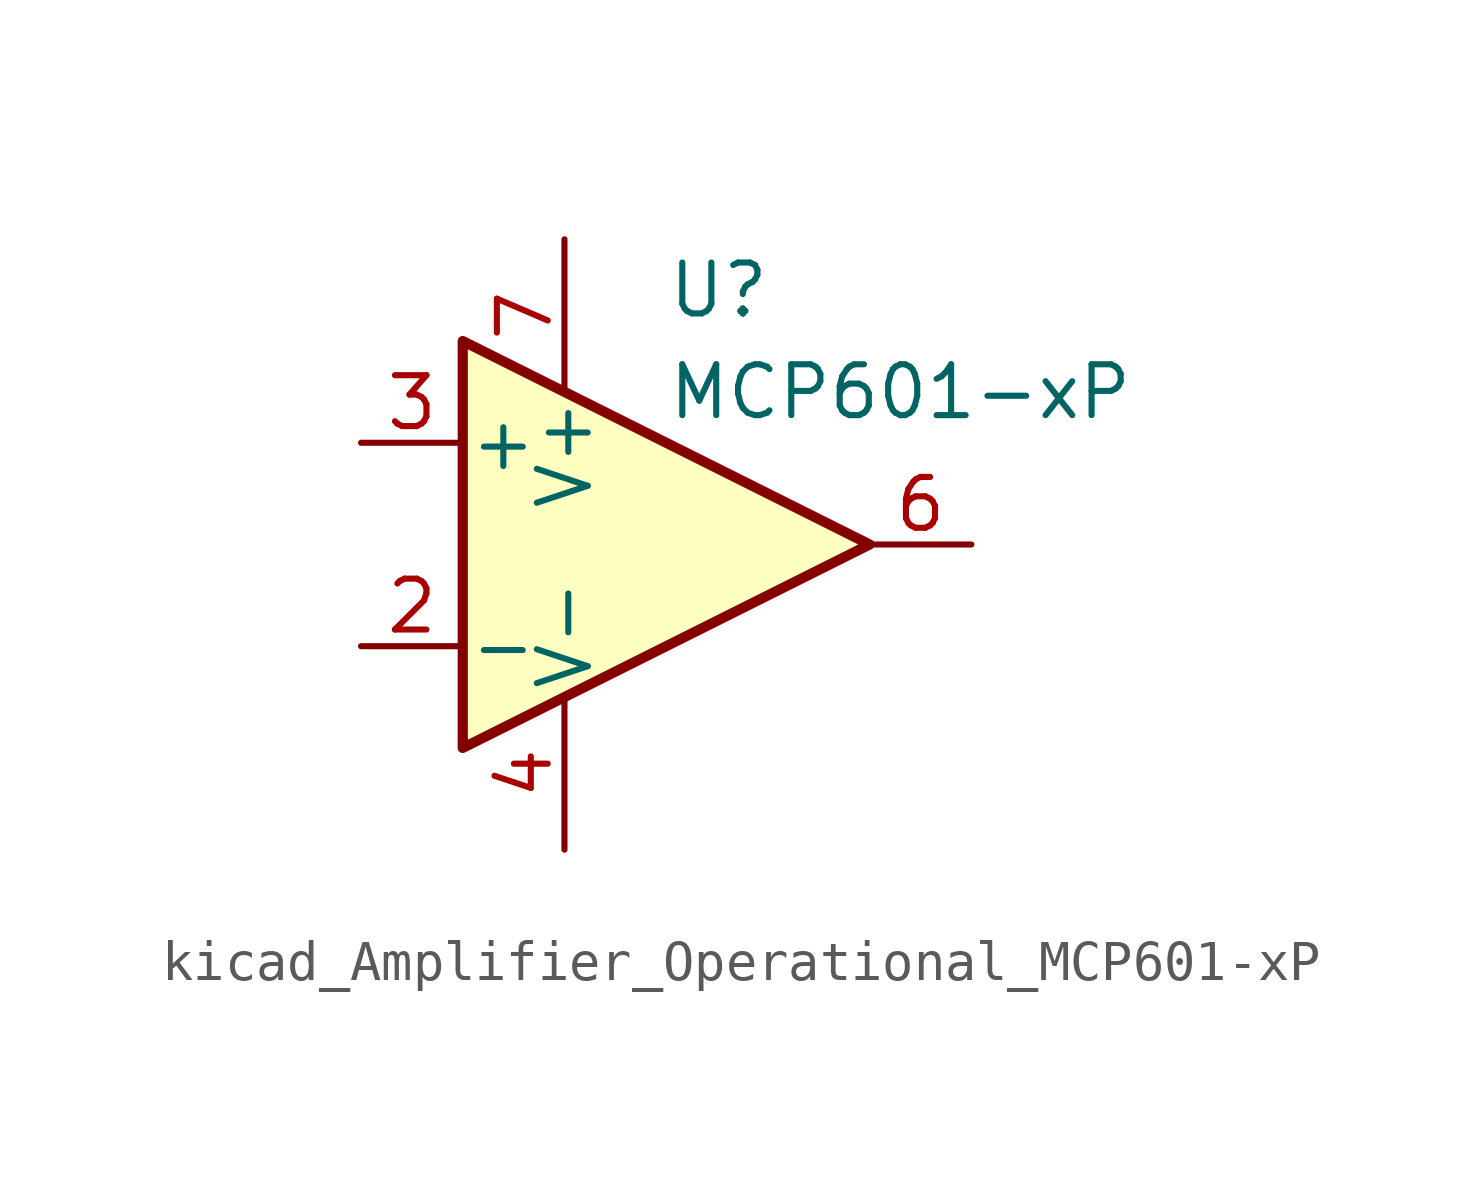
<source format=kicad_sym>
(kicad_symbol_lib
  (version 20220914)
  (generator kicad_symbol_editor)
  (symbol "kicad_Amplifier_Operational_MCP601-xP"
    (pin_names
      (offset 0.127))
    (property "Reference" "U"
      (at 0 6.35 0)
      (effects (font (size 1.27 1.27)) (justify left)))
    (property "Value" "MCP601-xP"
      (at 0 3.81 0)
      (effects (font (size 1.27 1.27)) (justify left)))
    (symbol "kicad_Amplifier_Operational_MCP601-xP_0_1"
      (polyline (pts (xy -5.08 5.08) (xy 5.08 0) (xy -5.08 -5.08) (xy -5.08 5.08)) (stroke (width 0.254) (type default)) (fill (type background))))
    (symbol "kicad_Amplifier_Operational_MCP601-xP_1_1"
      (pin no_connect line (at -5.08 -2.54 90) (length 2.54) hide (name "NC" (effects (font (size 1.27 1.27)))) (number "1" (effects (font (size 1.27 1.27)))))
      (pin input line (at -7.62 -2.54 0) (length 2.54) (name "-" (effects (font (size 1.27 1.27)))) (number "2" (effects (font (size 1.27 1.27)))))
      (pin input line (at -7.62 2.54 0) (length 2.54) (name "+" (effects (font (size 1.27 1.27)))) (number "3" (effects (font (size 1.27 1.27)))))
      (pin power_in line (at -2.54 -7.62 90) (length 3.81) (name "V-" (effects (font (size 1.27 1.27)))) (number "4" (effects (font (size 1.27 1.27)))))
      (pin no_connect line (at -2.54 -2.54 90) (length 2.54) hide (name "NC" (effects (font (size 1.27 1.27)))) (number "5" (effects (font (size 1.27 1.27)))))
      (pin output line (at 7.62 0 180) (length 2.54) (name "~" (effects (font (size 1.27 1.27)))) (number "6" (effects (font (size 1.27 1.27)))))
      (pin power_in line (at -2.54 7.62 270) (length 3.81) (name "V+" (effects (font (size 1.27 1.27)))) (number "7" (effects (font (size 1.27 1.27)))))
      (pin no_connect line (at 0 -2.54 90) (length 2.54) hide (name "NC" (effects (font (size 1.27 1.27)))) (number "8" (effects (font (size 1.27 1.27))))))))
</source>
